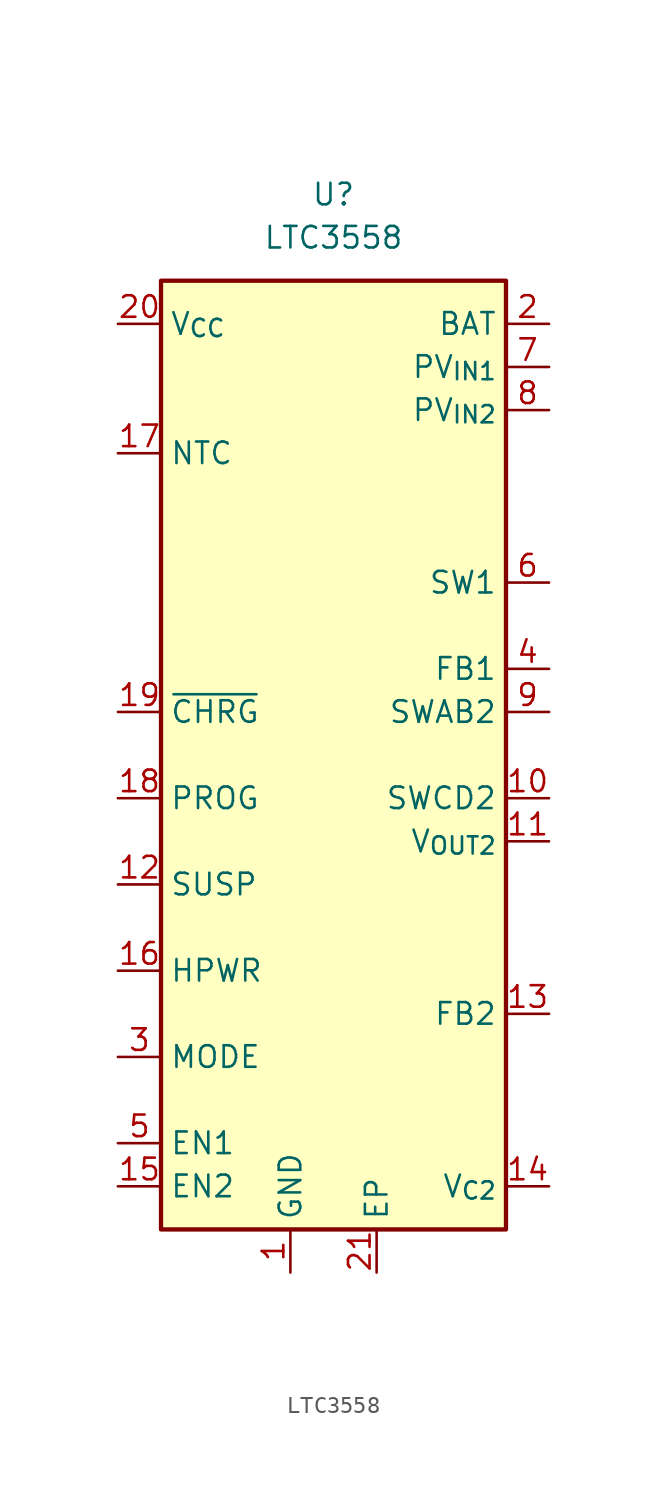
<source format=kicad_sym>
(kicad_symbol_lib
  (version 20241209)
  (generator "kicad_symbol_editor")
  (generator_version "9.0")
  (symbol "LTC3558"
    (property "Reference" "U"
      (at 0 33.02 0)
      (effects (font (size 1.27 1.27))))
    (property "Value" "LTC3558"
      (at 0 30.48 0)
      (effects (font (size 1.27 1.27))))
    (symbol "LTC3558_1_1"
      (rectangle (start -10.16 27.94) (end 10.16 -27.94) (stroke (width 0.254) (type default)) (fill (type background)))
      (pin power_in line (at -12.7 25.4 0) (length 2.54) (name "V_{CC}" (effects (font (size 1.27 1.27)))) (number "20" (effects (font (size 1.27 1.27)))))
      (pin passive line (at -12.7 17.78 0) (length 2.54) (name "NTC" (effects (font (size 1.27 1.27)))) (number "17" (effects (font (size 1.27 1.27)))))
      (pin open_collector line (at -12.7 2.54 0) (length 2.54) (name "~{CHRG}" (effects (font (size 1.27 1.27)))) (number "19" (effects (font (size 1.27 1.27)))))
      (pin passive line (at -12.7 -2.54 0) (length 2.54) (name "PROG" (effects (font (size 1.27 1.27)))) (number "18" (effects (font (size 1.27 1.27)))))
      (pin input line (at -12.7 -7.62 0) (length 2.54) (name "SUSP" (effects (font (size 1.27 1.27)))) (number "12" (effects (font (size 1.27 1.27)))))
      (pin input line (at -12.7 -12.7 0) (length 2.54) (name "HPWR" (effects (font (size 1.27 1.27)))) (number "16" (effects (font (size 1.27 1.27)))))
      (pin input line (at -12.7 -17.78 0) (length 2.54) (name "MODE" (effects (font (size 1.27 1.27)))) (number "3" (effects (font (size 1.27 1.27)))))
      (pin input line (at -12.7 -22.86 0) (length 2.54) (name "EN1" (effects (font (size 1.27 1.27)))) (number "5" (effects (font (size 1.27 1.27)))))
      (pin input line (at -12.7 -25.4 0) (length 2.54) (name "EN2" (effects (font (size 1.27 1.27)))) (number "15" (effects (font (size 1.27 1.27)))))
      (pin power_in line (at -2.54 -30.48 90) (length 2.54) (name "GND" (effects (font (size 1.27 1.27)))) (number "1" (effects (font (size 1.27 1.27)))))
      (pin power_in line (at 2.54 -30.48 90) (length 2.54) (name "EP" (effects (font (size 1.27 1.27)))) (number "21" (effects (font (size 1.27 1.27)))))
      (pin power_out line (at 12.7 25.4 180) (length 2.54) (name "BAT" (effects (font (size 1.27 1.27)))) (number "2" (effects (font (size 1.27 1.27)))))
      (pin power_in line (at 12.7 22.86 180) (length 2.54) (name "PV_{IN1}" (effects (font (size 1.27 1.27)))) (number "7" (effects (font (size 1.27 1.27)))))
      (pin power_in line (at 12.7 20.32 180) (length 2.54) (name "PV_{IN2}" (effects (font (size 1.27 1.27)))) (number "8" (effects (font (size 1.27 1.27)))))
      (pin power_out line (at 12.7 10.16 180) (length 2.54) (name "SW1" (effects (font (size 1.27 1.27)))) (number "6" (effects (font (size 1.27 1.27)))))
      (pin input line (at 12.7 5.08 180) (length 2.54) (name "FB1" (effects (font (size 1.27 1.27)))) (number "4" (effects (font (size 1.27 1.27)))))
      (pin passive line (at 12.7 2.54 180) (length 2.54) (name "SWAB2" (effects (font (size 1.27 1.27)))) (number "9" (effects (font (size 1.27 1.27)))))
      (pin passive line (at 12.7 -2.54 180) (length 2.54) (name "SWCD2" (effects (font (size 1.27 1.27)))) (number "10" (effects (font (size 1.27 1.27)))))
      (pin power_out line (at 12.7 -5.08 180) (length 2.54) (name "V_{OUT2}" (effects (font (size 1.27 1.27)))) (number "11" (effects (font (size 1.27 1.27)))))
      (pin input line (at 12.7 -15.24 180) (length 2.54) (name "FB2" (effects (font (size 1.27 1.27)))) (number "13" (effects (font (size 1.27 1.27)))))
      (pin passive line (at 12.7 -25.4 180) (length 2.54) (name "V_{C2}" (effects (font (size 1.27 1.27)))) (number "14" (effects (font (size 1.27 1.27))))))))
</source>
